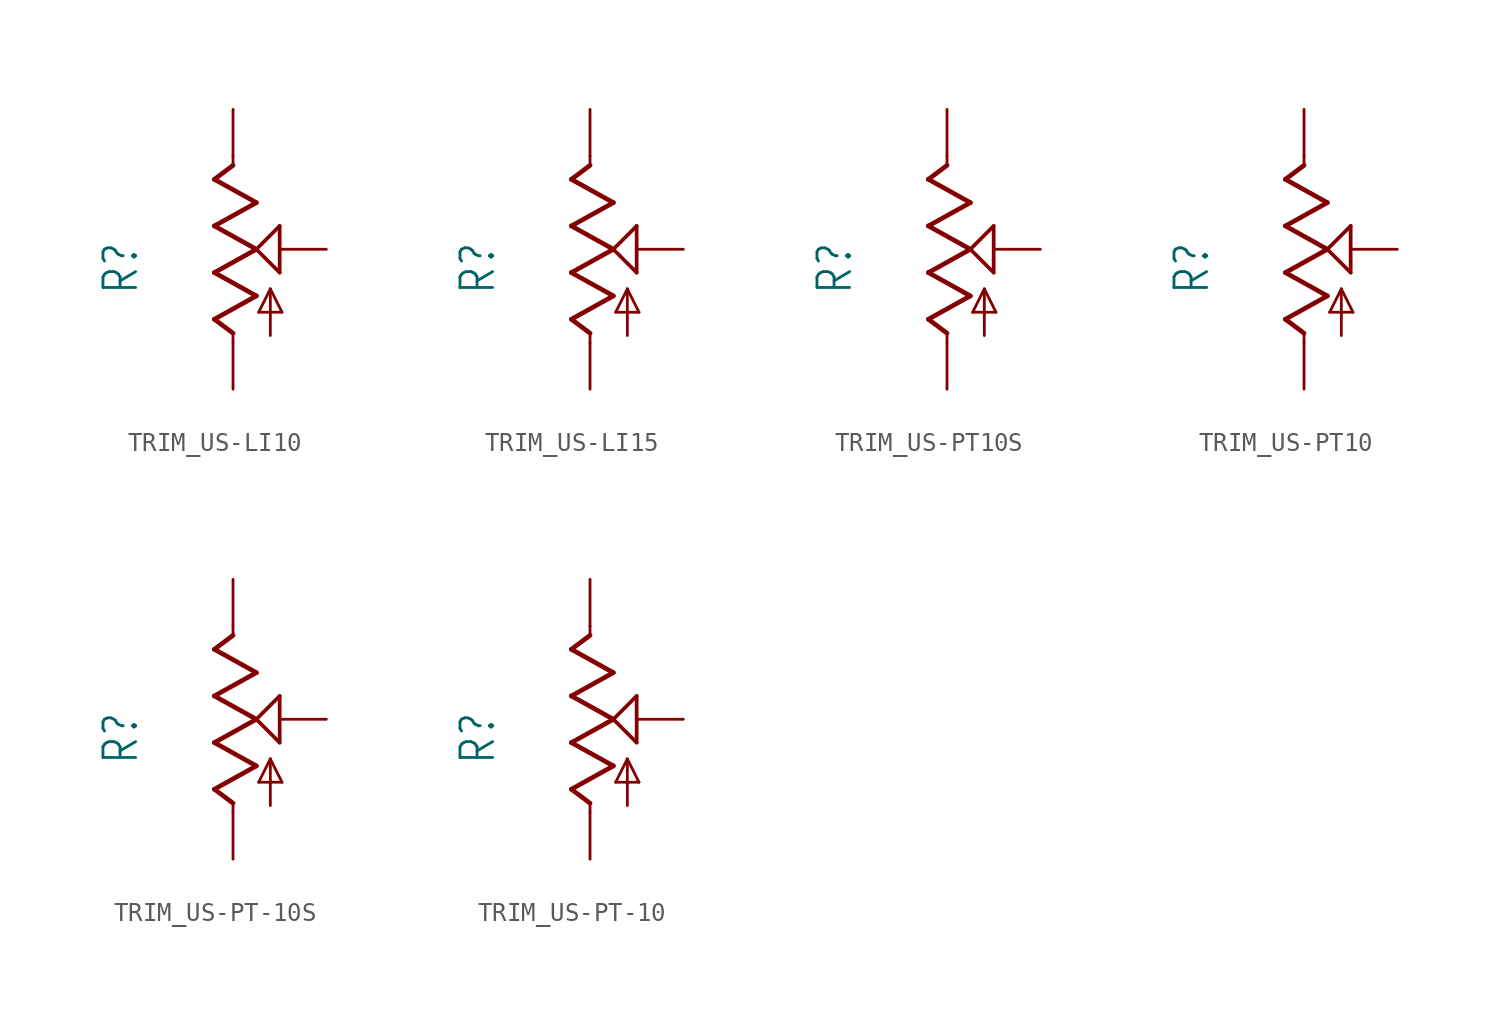
<source format=kicad_sym>
(kicad_symbol_lib
  (version 20231120)
  (generator "kicad_symbol_editor")
  (generator_version "8.0")
  (symbol "TRIM_US-LI10"
    (property "Reference" "R"
      (at -5.08 -2.54 90)
      (effects (font (size 1.778 1.511)) (justify left bottom)))
    (property "Value" ""
      (at -2.54 -2.54 90)
      (effects (font (size 1.778 1.511)) (justify left bottom)))
    (property "ki_locked" ""
      (at 0 0 0)
      (effects (font (size 1.27 1.27))))
    (symbol "TRIM_US-LI10_1_0"
      (polyline (pts (xy -1.016 -3.81) (xy 1.27 -2.54)) (stroke (width 0.254) (type solid)) (fill (type none)))
      (polyline (pts (xy -1.016 -1.27) (xy 1.27 0)) (stroke (width 0.254) (type solid)) (fill (type none)))
      (polyline (pts (xy -1.016 1.27) (xy 1.27 2.54)) (stroke (width 0.254) (type solid)) (fill (type none)))
      (polyline (pts (xy -1.016 3.81) (xy 0 4.572)) (stroke (width 0.254) (type solid)) (fill (type none)))
      (polyline (pts (xy 0 -5.08) (xy 0 -4.572)) (stroke (width 0.152) (type solid)) (fill (type none)))
      (polyline (pts (xy 0 -4.572) (xy -1.016 -3.81)) (stroke (width 0.254) (type solid)) (fill (type none)))
      (polyline (pts (xy 0 4.572) (xy 0 5.08)) (stroke (width 0.152) (type solid)) (fill (type none)))
      (polyline (pts (xy 1.27 -2.54) (xy -1.016 -1.27)) (stroke (width 0.254) (type solid)) (fill (type none)))
      (polyline (pts (xy 1.27 0) (xy -1.016 1.27)) (stroke (width 0.254) (type solid)) (fill (type none)))
      (polyline (pts (xy 1.27 0) (xy 2.54 1.27)) (stroke (width 0.203) (type solid)) (fill (type none)))
      (polyline (pts (xy 1.27 2.54) (xy -1.016 3.81)) (stroke (width 0.254) (type solid)) (fill (type none)))
      (polyline (pts (xy 1.397 -3.429) (xy 2.032 -2.159)) (stroke (width 0.152) (type solid)) (fill (type none)))
      (polyline (pts (xy 2.032 -4.699) (xy 2.032 -2.159)) (stroke (width 0.152) (type solid)) (fill (type none)))
      (polyline (pts (xy 2.032 -2.159) (xy 2.667 -3.429)) (stroke (width 0.152) (type solid)) (fill (type none)))
      (polyline (pts (xy 2.54 -1.27) (xy 1.27 0)) (stroke (width 0.203) (type solid)) (fill (type none)))
      (polyline (pts (xy 2.54 1.27) (xy 2.54 -1.27)) (stroke (width 0.203) (type solid)) (fill (type none)))
      (polyline (pts (xy 2.667 -3.429) (xy 1.397 -3.429)) (stroke (width 0.152) (type solid)) (fill (type none)))
      (pin passive line (at 0 -7.62 90) (length 2.54) (name "A" (effects (font (size 0 0)))) (number "A" (effects (font (size 0 0)))))
      (pin passive line (at 0 7.62 270) (length 2.54) (name "E" (effects (font (size 0 0)))) (number "E" (effects (font (size 0 0)))))
      (pin passive line (at 5.08 0 180) (length 2.54) (name "S" (effects (font (size 0 0)))) (number "S" (effects (font (size 0 0)))))))
  (symbol "TRIM_US-LI15"
    (property "Reference" "R"
      (at -5.08 -2.54 90)
      (effects (font (size 1.778 1.511)) (justify left bottom)))
    (property "Value" ""
      (at -2.54 -2.54 90)
      (effects (font (size 1.778 1.511)) (justify left bottom)))
    (property "ki_locked" ""
      (at 0 0 0)
      (effects (font (size 1.27 1.27))))
    (symbol "TRIM_US-LI15_1_0"
      (polyline (pts (xy -1.016 -3.81) (xy 1.27 -2.54)) (stroke (width 0.254) (type solid)) (fill (type none)))
      (polyline (pts (xy -1.016 -1.27) (xy 1.27 0)) (stroke (width 0.254) (type solid)) (fill (type none)))
      (polyline (pts (xy -1.016 1.27) (xy 1.27 2.54)) (stroke (width 0.254) (type solid)) (fill (type none)))
      (polyline (pts (xy -1.016 3.81) (xy 0 4.572)) (stroke (width 0.254) (type solid)) (fill (type none)))
      (polyline (pts (xy 0 -5.08) (xy 0 -4.572)) (stroke (width 0.152) (type solid)) (fill (type none)))
      (polyline (pts (xy 0 -4.572) (xy -1.016 -3.81)) (stroke (width 0.254) (type solid)) (fill (type none)))
      (polyline (pts (xy 0 4.572) (xy 0 5.08)) (stroke (width 0.152) (type solid)) (fill (type none)))
      (polyline (pts (xy 1.27 -2.54) (xy -1.016 -1.27)) (stroke (width 0.254) (type solid)) (fill (type none)))
      (polyline (pts (xy 1.27 0) (xy -1.016 1.27)) (stroke (width 0.254) (type solid)) (fill (type none)))
      (polyline (pts (xy 1.27 0) (xy 2.54 1.27)) (stroke (width 0.203) (type solid)) (fill (type none)))
      (polyline (pts (xy 1.27 2.54) (xy -1.016 3.81)) (stroke (width 0.254) (type solid)) (fill (type none)))
      (polyline (pts (xy 1.397 -3.429) (xy 2.032 -2.159)) (stroke (width 0.152) (type solid)) (fill (type none)))
      (polyline (pts (xy 2.032 -4.699) (xy 2.032 -2.159)) (stroke (width 0.152) (type solid)) (fill (type none)))
      (polyline (pts (xy 2.032 -2.159) (xy 2.667 -3.429)) (stroke (width 0.152) (type solid)) (fill (type none)))
      (polyline (pts (xy 2.54 -1.27) (xy 1.27 0)) (stroke (width 0.203) (type solid)) (fill (type none)))
      (polyline (pts (xy 2.54 1.27) (xy 2.54 -1.27)) (stroke (width 0.203) (type solid)) (fill (type none)))
      (polyline (pts (xy 2.667 -3.429) (xy 1.397 -3.429)) (stroke (width 0.152) (type solid)) (fill (type none)))
      (pin passive line (at 0 -7.62 90) (length 2.54) (name "A" (effects (font (size 0 0)))) (number "A" (effects (font (size 0 0)))))
      (pin passive line (at 0 7.62 270) (length 2.54) (name "E" (effects (font (size 0 0)))) (number "E" (effects (font (size 0 0)))))
      (pin passive line (at 5.08 0 180) (length 2.54) (name "S" (effects (font (size 0 0)))) (number "S" (effects (font (size 0 0)))))))
  (symbol "TRIM_US-PT10S"
    (property "Reference" "R"
      (at -5.08 -2.54 90)
      (effects (font (size 1.778 1.511)) (justify left bottom)))
    (property "Value" ""
      (at -2.54 -2.54 90)
      (effects (font (size 1.778 1.511)) (justify left bottom)))
    (property "ki_locked" ""
      (at 0 0 0)
      (effects (font (size 1.27 1.27))))
    (symbol "TRIM_US-PT10S_1_0"
      (polyline (pts (xy -1.016 -3.81) (xy 1.27 -2.54)) (stroke (width 0.254) (type solid)) (fill (type none)))
      (polyline (pts (xy -1.016 -1.27) (xy 1.27 0)) (stroke (width 0.254) (type solid)) (fill (type none)))
      (polyline (pts (xy -1.016 1.27) (xy 1.27 2.54)) (stroke (width 0.254) (type solid)) (fill (type none)))
      (polyline (pts (xy -1.016 3.81) (xy 0 4.572)) (stroke (width 0.254) (type solid)) (fill (type none)))
      (polyline (pts (xy 0 -5.08) (xy 0 -4.572)) (stroke (width 0.152) (type solid)) (fill (type none)))
      (polyline (pts (xy 0 -4.572) (xy -1.016 -3.81)) (stroke (width 0.254) (type solid)) (fill (type none)))
      (polyline (pts (xy 0 4.572) (xy 0 5.08)) (stroke (width 0.152) (type solid)) (fill (type none)))
      (polyline (pts (xy 1.27 -2.54) (xy -1.016 -1.27)) (stroke (width 0.254) (type solid)) (fill (type none)))
      (polyline (pts (xy 1.27 0) (xy -1.016 1.27)) (stroke (width 0.254) (type solid)) (fill (type none)))
      (polyline (pts (xy 1.27 0) (xy 2.54 1.27)) (stroke (width 0.203) (type solid)) (fill (type none)))
      (polyline (pts (xy 1.27 2.54) (xy -1.016 3.81)) (stroke (width 0.254) (type solid)) (fill (type none)))
      (polyline (pts (xy 1.397 -3.429) (xy 2.032 -2.159)) (stroke (width 0.152) (type solid)) (fill (type none)))
      (polyline (pts (xy 2.032 -4.699) (xy 2.032 -2.159)) (stroke (width 0.152) (type solid)) (fill (type none)))
      (polyline (pts (xy 2.032 -2.159) (xy 2.667 -3.429)) (stroke (width 0.152) (type solid)) (fill (type none)))
      (polyline (pts (xy 2.54 -1.27) (xy 1.27 0)) (stroke (width 0.203) (type solid)) (fill (type none)))
      (polyline (pts (xy 2.54 1.27) (xy 2.54 -1.27)) (stroke (width 0.203) (type solid)) (fill (type none)))
      (polyline (pts (xy 2.667 -3.429) (xy 1.397 -3.429)) (stroke (width 0.152) (type solid)) (fill (type none)))
      (pin passive line (at 0 -7.62 90) (length 2.54) (name "A" (effects (font (size 0 0)))) (number "A" (effects (font (size 0 0)))))
      (pin passive line (at 0 7.62 270) (length 2.54) (name "E" (effects (font (size 0 0)))) (number "E" (effects (font (size 0 0)))))
      (pin passive line (at 5.08 0 180) (length 2.54) (name "S" (effects (font (size 0 0)))) (number "S" (effects (font (size 0 0)))))))
  (symbol "TRIM_US-PT10"
    (property "Reference" "R"
      (at -5.08 -2.54 90)
      (effects (font (size 1.778 1.511)) (justify left bottom)))
    (property "Value" ""
      (at -2.54 -2.54 90)
      (effects (font (size 1.778 1.511)) (justify left bottom)))
    (property "ki_locked" ""
      (at 0 0 0)
      (effects (font (size 1.27 1.27))))
    (symbol "TRIM_US-PT10_1_0"
      (polyline (pts (xy -1.016 -3.81) (xy 1.27 -2.54)) (stroke (width 0.254) (type solid)) (fill (type none)))
      (polyline (pts (xy -1.016 -1.27) (xy 1.27 0)) (stroke (width 0.254) (type solid)) (fill (type none)))
      (polyline (pts (xy -1.016 1.27) (xy 1.27 2.54)) (stroke (width 0.254) (type solid)) (fill (type none)))
      (polyline (pts (xy -1.016 3.81) (xy 0 4.572)) (stroke (width 0.254) (type solid)) (fill (type none)))
      (polyline (pts (xy 0 -5.08) (xy 0 -4.572)) (stroke (width 0.152) (type solid)) (fill (type none)))
      (polyline (pts (xy 0 -4.572) (xy -1.016 -3.81)) (stroke (width 0.254) (type solid)) (fill (type none)))
      (polyline (pts (xy 0 4.572) (xy 0 5.08)) (stroke (width 0.152) (type solid)) (fill (type none)))
      (polyline (pts (xy 1.27 -2.54) (xy -1.016 -1.27)) (stroke (width 0.254) (type solid)) (fill (type none)))
      (polyline (pts (xy 1.27 0) (xy -1.016 1.27)) (stroke (width 0.254) (type solid)) (fill (type none)))
      (polyline (pts (xy 1.27 0) (xy 2.54 1.27)) (stroke (width 0.203) (type solid)) (fill (type none)))
      (polyline (pts (xy 1.27 2.54) (xy -1.016 3.81)) (stroke (width 0.254) (type solid)) (fill (type none)))
      (polyline (pts (xy 1.397 -3.429) (xy 2.032 -2.159)) (stroke (width 0.152) (type solid)) (fill (type none)))
      (polyline (pts (xy 2.032 -4.699) (xy 2.032 -2.159)) (stroke (width 0.152) (type solid)) (fill (type none)))
      (polyline (pts (xy 2.032 -2.159) (xy 2.667 -3.429)) (stroke (width 0.152) (type solid)) (fill (type none)))
      (polyline (pts (xy 2.54 -1.27) (xy 1.27 0)) (stroke (width 0.203) (type solid)) (fill (type none)))
      (polyline (pts (xy 2.54 1.27) (xy 2.54 -1.27)) (stroke (width 0.203) (type solid)) (fill (type none)))
      (polyline (pts (xy 2.667 -3.429) (xy 1.397 -3.429)) (stroke (width 0.152) (type solid)) (fill (type none)))
      (pin passive line (at 0 -7.62 90) (length 2.54) (name "A" (effects (font (size 0 0)))) (number "A" (effects (font (size 0 0)))))
      (pin passive line (at 0 7.62 270) (length 2.54) (name "E" (effects (font (size 0 0)))) (number "E" (effects (font (size 0 0)))))
      (pin passive line (at 5.08 0 180) (length 2.54) (name "S" (effects (font (size 0 0)))) (number "S" (effects (font (size 0 0)))))))
  (symbol "TRIM_US-PT-10S"
    (property "Reference" "R"
      (at -5.08 -2.54 90)
      (effects (font (size 1.778 1.511)) (justify left bottom)))
    (property "Value" ""
      (at -2.54 -2.54 90)
      (effects (font (size 1.778 1.511)) (justify left bottom)))
    (property "ki_locked" ""
      (at 0 0 0)
      (effects (font (size 1.27 1.27))))
    (symbol "TRIM_US-PT-10S_1_0"
      (polyline (pts (xy -1.016 -3.81) (xy 1.27 -2.54)) (stroke (width 0.254) (type solid)) (fill (type none)))
      (polyline (pts (xy -1.016 -1.27) (xy 1.27 0)) (stroke (width 0.254) (type solid)) (fill (type none)))
      (polyline (pts (xy -1.016 1.27) (xy 1.27 2.54)) (stroke (width 0.254) (type solid)) (fill (type none)))
      (polyline (pts (xy -1.016 3.81) (xy 0 4.572)) (stroke (width 0.254) (type solid)) (fill (type none)))
      (polyline (pts (xy 0 -5.08) (xy 0 -4.572)) (stroke (width 0.152) (type solid)) (fill (type none)))
      (polyline (pts (xy 0 -4.572) (xy -1.016 -3.81)) (stroke (width 0.254) (type solid)) (fill (type none)))
      (polyline (pts (xy 0 4.572) (xy 0 5.08)) (stroke (width 0.152) (type solid)) (fill (type none)))
      (polyline (pts (xy 1.27 -2.54) (xy -1.016 -1.27)) (stroke (width 0.254) (type solid)) (fill (type none)))
      (polyline (pts (xy 1.27 0) (xy -1.016 1.27)) (stroke (width 0.254) (type solid)) (fill (type none)))
      (polyline (pts (xy 1.27 0) (xy 2.54 1.27)) (stroke (width 0.203) (type solid)) (fill (type none)))
      (polyline (pts (xy 1.27 2.54) (xy -1.016 3.81)) (stroke (width 0.254) (type solid)) (fill (type none)))
      (polyline (pts (xy 1.397 -3.429) (xy 2.032 -2.159)) (stroke (width 0.152) (type solid)) (fill (type none)))
      (polyline (pts (xy 2.032 -4.699) (xy 2.032 -2.159)) (stroke (width 0.152) (type solid)) (fill (type none)))
      (polyline (pts (xy 2.032 -2.159) (xy 2.667 -3.429)) (stroke (width 0.152) (type solid)) (fill (type none)))
      (polyline (pts (xy 2.54 -1.27) (xy 1.27 0)) (stroke (width 0.203) (type solid)) (fill (type none)))
      (polyline (pts (xy 2.54 1.27) (xy 2.54 -1.27)) (stroke (width 0.203) (type solid)) (fill (type none)))
      (polyline (pts (xy 2.667 -3.429) (xy 1.397 -3.429)) (stroke (width 0.152) (type solid)) (fill (type none)))
      (pin passive line (at 0 -7.62 90) (length 2.54) (name "A" (effects (font (size 0 0)))) (number "A" (effects (font (size 0 0)))))
      (pin passive line (at 0 7.62 270) (length 2.54) (name "E" (effects (font (size 0 0)))) (number "E" (effects (font (size 0 0)))))
      (pin passive line (at 5.08 0 180) (length 2.54) (name "S" (effects (font (size 0 0)))) (number "S" (effects (font (size 0 0)))))))
  (symbol "TRIM_US-PT-10"
    (property "Reference" "R"
      (at -5.08 -2.54 90)
      (effects (font (size 1.778 1.511)) (justify left bottom)))
    (property "Value" ""
      (at -2.54 -2.54 90)
      (effects (font (size 1.778 1.511)) (justify left bottom)))
    (property "ki_locked" ""
      (at 0 0 0)
      (effects (font (size 1.27 1.27))))
    (symbol "TRIM_US-PT-10_1_0"
      (polyline (pts (xy -1.016 -3.81) (xy 1.27 -2.54)) (stroke (width 0.254) (type solid)) (fill (type none)))
      (polyline (pts (xy -1.016 -1.27) (xy 1.27 0)) (stroke (width 0.254) (type solid)) (fill (type none)))
      (polyline (pts (xy -1.016 1.27) (xy 1.27 2.54)) (stroke (width 0.254) (type solid)) (fill (type none)))
      (polyline (pts (xy -1.016 3.81) (xy 0 4.572)) (stroke (width 0.254) (type solid)) (fill (type none)))
      (polyline (pts (xy 0 -5.08) (xy 0 -4.572)) (stroke (width 0.152) (type solid)) (fill (type none)))
      (polyline (pts (xy 0 -4.572) (xy -1.016 -3.81)) (stroke (width 0.254) (type solid)) (fill (type none)))
      (polyline (pts (xy 0 4.572) (xy 0 5.08)) (stroke (width 0.152) (type solid)) (fill (type none)))
      (polyline (pts (xy 1.27 -2.54) (xy -1.016 -1.27)) (stroke (width 0.254) (type solid)) (fill (type none)))
      (polyline (pts (xy 1.27 0) (xy -1.016 1.27)) (stroke (width 0.254) (type solid)) (fill (type none)))
      (polyline (pts (xy 1.27 0) (xy 2.54 1.27)) (stroke (width 0.203) (type solid)) (fill (type none)))
      (polyline (pts (xy 1.27 2.54) (xy -1.016 3.81)) (stroke (width 0.254) (type solid)) (fill (type none)))
      (polyline (pts (xy 1.397 -3.429) (xy 2.032 -2.159)) (stroke (width 0.152) (type solid)) (fill (type none)))
      (polyline (pts (xy 2.032 -4.699) (xy 2.032 -2.159)) (stroke (width 0.152) (type solid)) (fill (type none)))
      (polyline (pts (xy 2.032 -2.159) (xy 2.667 -3.429)) (stroke (width 0.152) (type solid)) (fill (type none)))
      (polyline (pts (xy 2.54 -1.27) (xy 1.27 0)) (stroke (width 0.203) (type solid)) (fill (type none)))
      (polyline (pts (xy 2.54 1.27) (xy 2.54 -1.27)) (stroke (width 0.203) (type solid)) (fill (type none)))
      (polyline (pts (xy 2.667 -3.429) (xy 1.397 -3.429)) (stroke (width 0.152) (type solid)) (fill (type none)))
      (pin passive line (at 0 -7.62 90) (length 2.54) (name "A" (effects (font (size 0 0)))) (number "A" (effects (font (size 0 0)))))
      (pin passive line (at 0 7.62 270) (length 2.54) (name "E" (effects (font (size 0 0)))) (number "E" (effects (font (size 0 0)))))
      (pin passive line (at 5.08 0 180) (length 2.54) (name "S" (effects (font (size 0 0)))) (number "S" (effects (font (size 0 0))))))))
</source>
